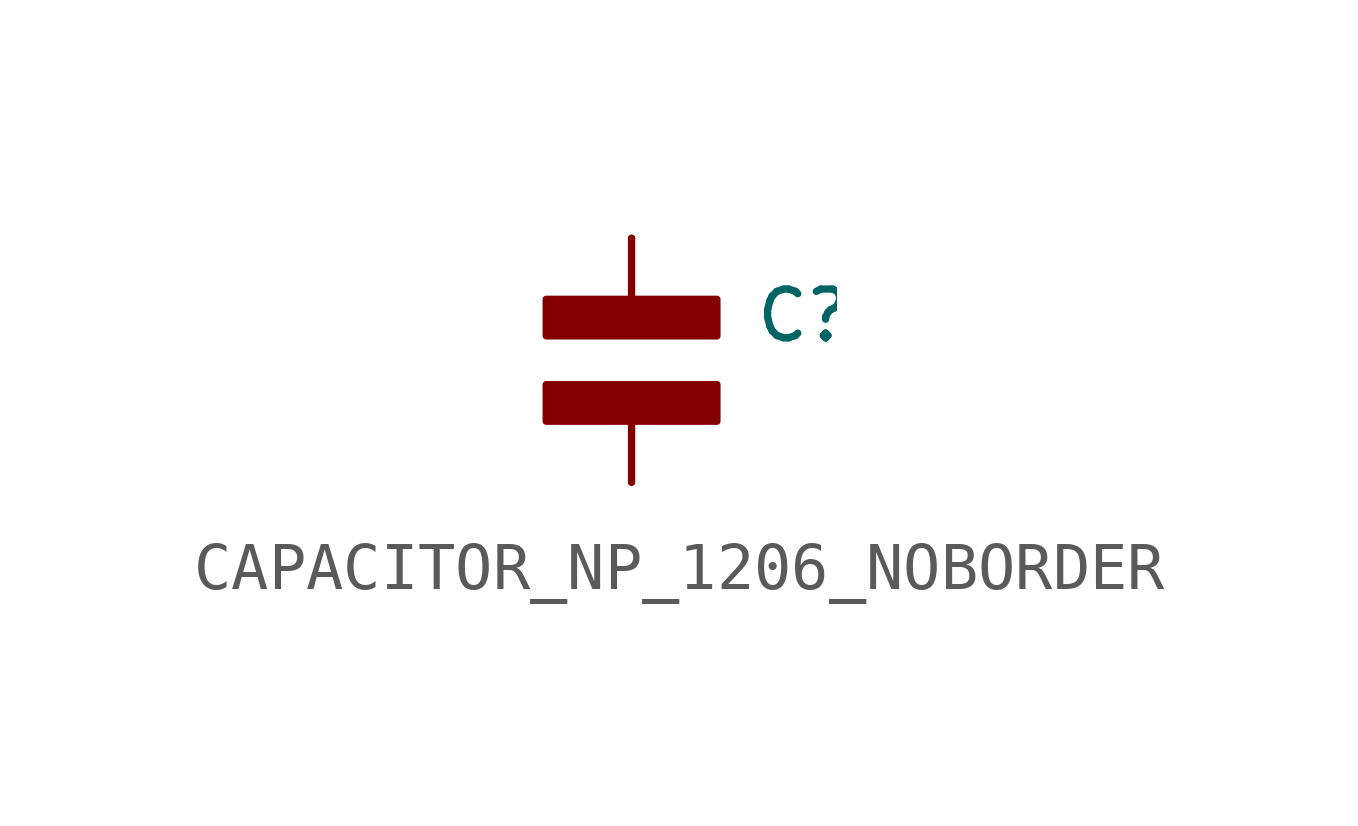
<source format=kicad_sym>
(kicad_symbol_lib
  (version 20220914)
  (generator kicad_symbol_editor)
  (symbol "CAPACITOR_NP_1206_NOBORDER"
    (property "Reference" "C"
      (at 2.54 1.524 0)
      (effects (font (size 1.016 1.016)) (justify left top)))
    (property "Value" ""
      (at 2.54 -1.524 0)
      (effects (font (size 1.016 1.016)) (justify left bottom)))
    (property "ki_locked" ""
      (at 0 0 0)
      (effects (font (size 1.27 1.27))))
    (symbol "CAPACITOR_NP_1206_NOBORDER_1_0"
      (rectangle (start -1.778 -1.27) (end 1.778 -0.508) (stroke (width 0) (type default)) (fill (type outline)))
      (rectangle (start -1.778 0.508) (end 1.778 1.27) (stroke (width 0) (type default)) (fill (type outline)))
      (polyline (pts (xy 0 -2.54) (xy 0 -1.016)) (stroke (width 0.152) (type solid)) (fill (type none)))
      (polyline (pts (xy 0 2.54) (xy 0 1.016)) (stroke (width 0.152) (type solid)) (fill (type none)))
      (pin passive line (at 0 2.54 270) (length 0) (name "P$1" (effects (font (size 0 0)))) (number "P$1" (effects (font (size 0 0)))))
      (pin passive line (at 0 -2.54 90) (length 0) (name "P$2" (effects (font (size 0 0)))) (number "P$2" (effects (font (size 0 0))))))))
</source>
